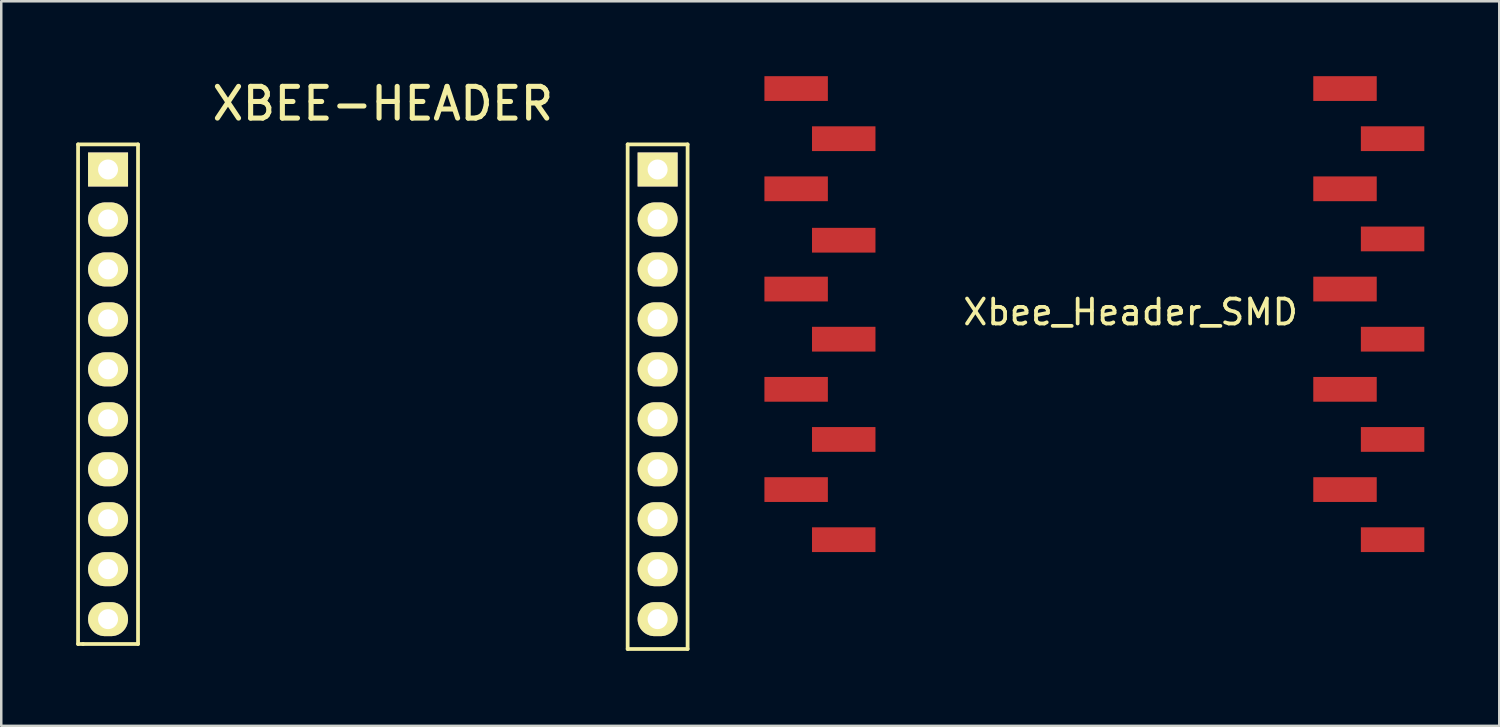
<source format=kicad_pcb>
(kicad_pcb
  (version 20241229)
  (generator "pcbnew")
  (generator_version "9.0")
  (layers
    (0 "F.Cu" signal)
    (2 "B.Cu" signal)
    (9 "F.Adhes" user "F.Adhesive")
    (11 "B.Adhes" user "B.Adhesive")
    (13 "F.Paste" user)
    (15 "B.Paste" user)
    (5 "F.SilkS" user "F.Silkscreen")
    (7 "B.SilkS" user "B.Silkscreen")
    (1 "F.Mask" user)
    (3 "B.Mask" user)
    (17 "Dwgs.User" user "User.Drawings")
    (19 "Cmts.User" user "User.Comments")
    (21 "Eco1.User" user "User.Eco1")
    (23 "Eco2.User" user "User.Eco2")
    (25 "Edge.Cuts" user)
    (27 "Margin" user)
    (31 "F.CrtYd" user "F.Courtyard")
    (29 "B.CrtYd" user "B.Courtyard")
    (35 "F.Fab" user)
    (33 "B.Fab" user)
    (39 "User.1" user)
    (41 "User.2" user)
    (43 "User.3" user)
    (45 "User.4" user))
  (footprint "XBEE-HEADER"
    (layer "F.Cu")
    (at 12.275 12.53)
    (property "Reference" "XBEE-HEADER" (at 0 -11.43 0) (layer "F.SilkS") (effects (font (size 1.27 1.27) (thickness 0.203))))
    (attr through_hole)
    (fp_line (start -12.2 -9.8) (end -9.8 -9.8) (stroke (width 0.15) (type solid)) (layer "F.SilkS"))
    (fp_line (start -12.2 10.2) (end -12.2 -9.8) (stroke (width 0.15) (type solid)) (layer "F.SilkS"))
    (fp_line (start -12 10.2) (end -12.2 10.2) (stroke (width 0.15) (type solid)) (layer "F.SilkS"))
    (fp_line (start -9.8 -9.8) (end -9.8 10.2) (stroke (width 0.15) (type solid)) (layer "F.SilkS"))
    (fp_line (start -9.8 10.2) (end -12 10.2) (stroke (width 0.15) (type solid)) (layer "F.SilkS"))
    (fp_line (start 9.8 -9.8) (end 9.8 10.4) (stroke (width 0.15) (type solid)) (layer "F.SilkS"))
    (fp_line (start 9.8 -9.8) (end 12.2 -9.8) (stroke (width 0.15) (type solid)) (layer "F.SilkS"))
    (fp_line (start 12.2 10.4) (end 9.8 10.4) (stroke (width 0.15) (type solid)) (layer "F.SilkS"))
    (fp_line (start 12.2 10.4) (end 12.2 -9.8) (stroke (width 0.15) (type solid)) (layer "F.SilkS"))
    (pad "1" thru_hole rect (at -11 -8.795 270) (size 1.36 1.6) (drill 0.8) (layers "*.Cu" "*.Mask" "F.SilkS"))
    (pad "2" thru_hole oval (at -11 -6.795 270) (size 1.36 1.6) (drill 0.8) (layers "*.Cu" "*.Mask" "F.SilkS"))
    (pad "3" thru_hole oval (at -11 -4.795 270) (size 1.36 1.6) (drill 0.8) (layers "*.Cu" "*.Mask" "F.SilkS"))
    (pad "4" thru_hole oval (at -11 -2.795 270) (size 1.36 1.6) (drill 0.8) (layers "*.Cu" "*.Mask" "F.SilkS"))
    (pad "5" thru_hole oval (at -11 -0.795 270) (size 1.36 1.6) (drill 0.8) (layers "*.Cu" "*.Mask" "F.SilkS"))
    (pad "6" thru_hole oval (at -11 1.205 270) (size 1.36 1.6) (drill 0.8) (layers "*.Cu" "*.Mask" "F.SilkS"))
    (pad "7" thru_hole oval (at -11 3.205 270) (size 1.36 1.6) (drill 0.8) (layers "*.Cu" "*.Mask" "F.SilkS"))
    (pad "8" thru_hole oval (at -11 5.205 270) (size 1.36 1.6) (drill 0.8) (layers "*.Cu" "*.Mask" "F.SilkS"))
    (pad "9" thru_hole oval (at -11 7.205 270) (size 1.36 1.6) (drill 0.8) (layers "*.Cu" "*.Mask" "F.SilkS"))
    (pad "10" thru_hole oval (at -11 9.205 270) (size 1.36 1.6) (drill 0.8) (layers "*.Cu" "*.Mask" "F.SilkS"))
    (pad "11" thru_hole oval (at 11 9.205 270) (size 1.36 1.6) (drill 0.8) (layers "*.Cu" "*.Mask" "F.SilkS"))
    (pad "12" thru_hole oval (at 11 7.205 270) (size 1.36 1.6) (drill 0.8) (layers "*.Cu" "*.Mask" "F.SilkS"))
    (pad "13" thru_hole oval (at 11 5.205 270) (size 1.36 1.6) (drill 0.8) (layers "*.Cu" "*.Mask" "F.SilkS"))
    (pad "14" thru_hole oval (at 11 3.205 270) (size 1.36 1.6) (drill 0.8) (layers "*.Cu" "*.Mask" "F.SilkS"))
    (pad "15" thru_hole oval (at 11 1.205 270) (size 1.36 1.6) (drill 0.8) (layers "*.Cu" "*.Mask" "F.SilkS"))
    (pad "16" thru_hole oval (at 11 -0.795 270) (size 1.36 1.6) (drill 0.8) (layers "*.Cu" "*.Mask" "F.SilkS"))
    (pad "17" thru_hole oval (at 11 -2.795 270) (size 1.36 1.6) (drill 0.8) (layers "*.Cu" "*.Mask" "F.SilkS"))
    (pad "18" thru_hole oval (at 11 -4.795 270) (size 1.36 1.6) (drill 0.8) (layers "*.Cu" "*.Mask" "F.SilkS"))
    (pad "19" thru_hole oval (at 11 -6.795 270) (size 1.36 1.6) (drill 0.8) (layers "*.Cu" "*.Mask" "F.SilkS"))
    (pad "20" thru_hole rect (at 11 -8.795 270) (size 1.36 1.6) (drill 0.8) (layers "*.Cu" "*.Mask" "F.SilkS")))
  (footprint "Xbee_Header_SMD"
    (layer "F.Cu")
    (at 40.758 0.495)
    (property "Reference" "Xbee_Header_SMD" (at 1.45 8.95 0) (layer "F.SilkS") (effects (font (size 1 1) (thickness 0.15))))
    (attr through_hole)
    (pad "1" smd rect (at -11.938 0) (size 2.54 0.991) (layers "F.Cu" "F.Mask" "F.Paste"))
    (pad "2" smd rect (at -10.033 2.007) (size 2.54 0.991) (layers "F.Cu" "F.Mask" "F.Paste"))
    (pad "3" smd rect (at -11.938 4.013) (size 2.54 0.991) (layers "F.Cu" "F.Mask" "F.Paste"))
    (pad "4" smd rect (at -10.033 6.071) (size 2.54 0.991) (layers "F.Cu" "F.Mask" "F.Paste"))
    (pad "5" smd rect (at -11.938 8.026) (size 2.54 0.991) (layers "F.Cu" "F.Mask" "F.Paste"))
    (pad "6" smd rect (at -10.033 10.033) (size 2.54 0.991) (layers "F.Cu" "F.Mask" "F.Paste"))
    (pad "7" smd rect (at -11.938 12.04) (size 2.54 0.991) (layers "F.Cu" "F.Mask" "F.Paste"))
    (pad "8" smd rect (at -10.033 14.046) (size 2.54 0.991) (layers "F.Cu" "F.Mask" "F.Paste"))
    (pad "9" smd rect (at -11.938 16.053) (size 2.54 0.991) (layers "F.Cu" "F.Mask" "F.Paste"))
    (pad "10" smd rect (at -10.033 18.059) (size 2.54 0.991) (layers "F.Cu" "F.Mask" "F.Paste"))
    (pad "11" smd rect (at 11.938 18.059) (size 2.54 0.991) (layers "F.Cu" "F.Mask" "F.Paste"))
    (pad "12" smd rect (at 10.033 16.053) (size 2.54 0.991) (layers "F.Cu" "F.Mask" "F.Paste"))
    (pad "13" smd rect (at 11.938 14.046) (size 2.54 0.991) (layers "F.Cu" "F.Mask" "F.Paste"))
    (pad "14" smd rect (at 10.033 12.04) (size 2.54 0.991) (layers "F.Cu" "F.Mask" "F.Paste"))
    (pad "15" smd rect (at 11.938 10.033) (size 2.54 0.991) (layers "F.Cu" "F.Mask" "F.Paste"))
    (pad "16" smd rect (at 10.033 8.026) (size 2.54 0.991) (layers "F.Cu" "F.Mask" "F.Paste"))
    (pad "17" smd rect (at 11.938 6.02) (size 2.54 0.991) (layers "F.Cu" "F.Mask" "F.Paste"))
    (pad "18" smd rect (at 10.033 4.013) (size 2.54 0.991) (layers "F.Cu" "F.Mask" "F.Paste"))
    (pad "19" smd rect (at 11.938 2.007) (size 2.54 0.991) (layers "F.Cu" "F.Mask" "F.Paste"))
    (pad "20" smd rect (at 10.033 0) (size 2.54 0.991) (layers "F.Cu" "F.Mask" "F.Paste")))
  (gr_rect
    (start -3 -3)
    (end 56.966 26.005)
    (stroke (width 0.1) (type default))
    (fill no)
    (layer "Edge.Cuts")))
</source>
